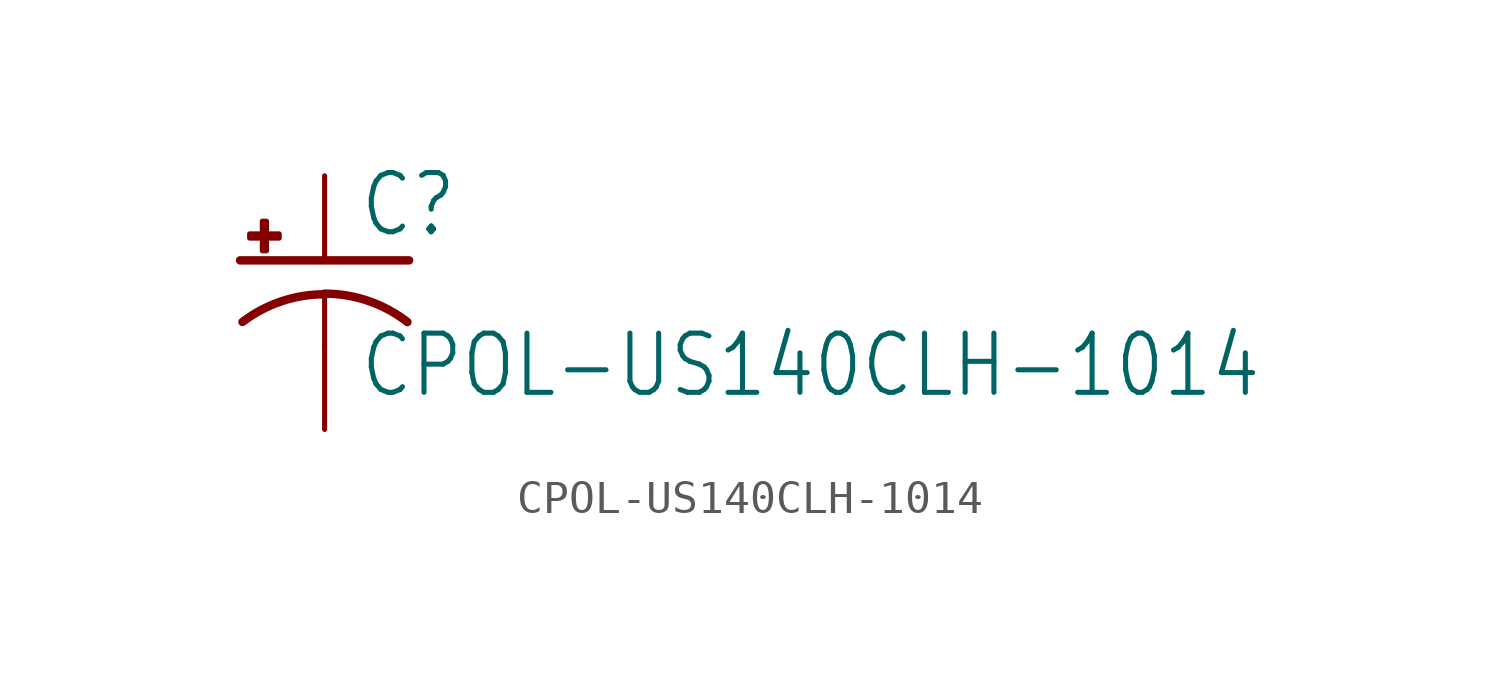
<source format=kicad_sym>
(kicad_symbol_lib
  (version 20220331)
  (generator kicad_symbol_editor)
  (symbol "CPOL-US140CLH-1014"
    (property "Reference" "C"
      (at 1.016 0.635 0)
      (effects (font (size 1.778 1.511)) (justify left bottom)))
    (property "Value" "CPOL-US140CLH-1014"
      (at 1.016 -4.191 0)
      (effects (font (size 1.778 1.511)) (justify left bottom)))
    (property "ki_locked" ""
      (at 0 0 0)
      (effects (font (size 1.27 1.27))))
    (symbol "CPOL-US140CLH-1014_1_0"
      (rectangle (start -2.253 0.668) (end -1.364 0.795) (stroke (width 0) (type default)) (fill (type outline)))
      (rectangle (start -1.872 0.287) (end -1.745 1.176) (stroke (width 0) (type default)) (fill (type outline)))
      (arc (start 0 -1.0161) (mid -1.3021 -1.2302) (end -2.4669 -1.8504) (stroke (width 0.254) (type solid)) (fill (type none)))
      (polyline (pts (xy -2.54 0) (xy 2.54 0)) (stroke (width 0.254) (type solid)) (fill (type none)))
      (polyline (pts (xy 0 -1.016) (xy 0 -2.54)) (stroke (width 0.152) (type solid)) (fill (type none)))
      (arc (start 2.4892 -1.8542) (mid 1.3158 -1.2195) (end 0 -1) (stroke (width 0.254) (type solid)) (fill (type none)))
      (pin passive line (at 0 2.54 270) (length 2.54) (name "+" (effects (font (size 0 0)))) (number "+" (effects (font (size 0 0)))))
      (pin passive line (at 0 -5.08 90) (length 2.54) (name "-" (effects (font (size 0 0)))) (number "-" (effects (font (size 0 0))))))))
</source>
